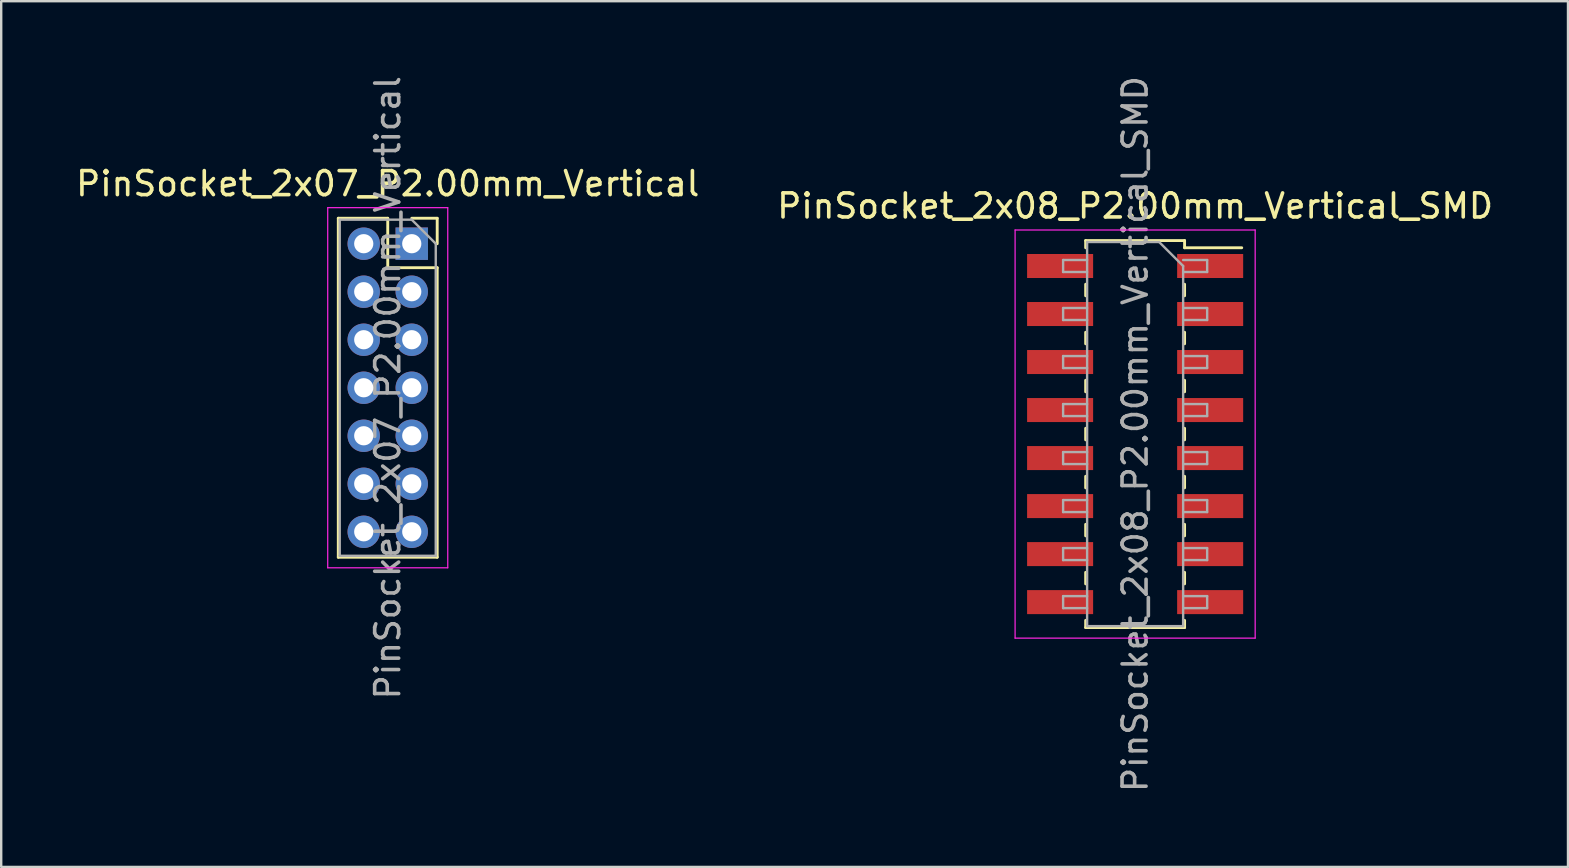
<source format=kicad_pcb>
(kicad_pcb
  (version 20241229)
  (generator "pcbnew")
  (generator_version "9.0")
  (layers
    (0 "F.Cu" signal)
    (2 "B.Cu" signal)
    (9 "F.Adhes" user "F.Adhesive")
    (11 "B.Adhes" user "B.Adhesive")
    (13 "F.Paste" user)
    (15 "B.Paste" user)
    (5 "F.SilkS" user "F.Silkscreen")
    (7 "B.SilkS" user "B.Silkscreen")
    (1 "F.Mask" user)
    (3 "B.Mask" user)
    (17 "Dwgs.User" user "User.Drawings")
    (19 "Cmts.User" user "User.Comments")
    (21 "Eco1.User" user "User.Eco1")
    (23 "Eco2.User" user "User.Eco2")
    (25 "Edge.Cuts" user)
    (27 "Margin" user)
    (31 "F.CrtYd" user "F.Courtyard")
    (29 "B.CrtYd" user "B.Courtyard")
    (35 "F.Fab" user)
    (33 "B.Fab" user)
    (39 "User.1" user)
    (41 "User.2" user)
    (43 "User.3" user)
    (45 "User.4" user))
  (footprint "PinSocket_2x07_P2.00mm_Vertical"
    (layer "F.Cu")
    (at 14.101 7.101)
    (property "Reference" "PinSocket_2x07_P2.00mm_Vertical" (at -1 -2.5 0) (layer "F.SilkS") (effects (font (size 1 1) (thickness 0.15))))
    (attr through_hole)
    (fp_line (start -3.06 -1.06) (end -3.06 13.06) (stroke (width 0.12) (type solid)) (layer "F.SilkS"))
    (fp_line (start -3.06 -1.06) (end -1 -1.06) (stroke (width 0.12) (type solid)) (layer "F.SilkS"))
    (fp_line (start -3.06 13.06) (end 1.06 13.06) (stroke (width 0.12) (type solid)) (layer "F.SilkS"))
    (fp_line (start -1 -1.06) (end -1 1) (stroke (width 0.12) (type solid)) (layer "F.SilkS"))
    (fp_line (start -1 1) (end 1.06 1) (stroke (width 0.12) (type solid)) (layer "F.SilkS"))
    (fp_line (start 0 -1.06) (end 1.06 -1.06) (stroke (width 0.12) (type solid)) (layer "F.SilkS"))
    (fp_line (start 1.06 -1.06) (end 1.06 0) (stroke (width 0.12) (type solid)) (layer "F.SilkS"))
    (fp_line (start 1.06 1) (end 1.06 13.06) (stroke (width 0.12) (type solid)) (layer "F.SilkS"))
    (fp_line (start -3.5 -1.5) (end 1.5 -1.5) (stroke (width 0.05) (type solid)) (layer "F.CrtYd"))
    (fp_line (start -3.5 13.5) (end -3.5 -1.5) (stroke (width 0.05) (type solid)) (layer "F.CrtYd"))
    (fp_line (start 1.5 -1.5) (end 1.5 13.5) (stroke (width 0.05) (type solid)) (layer "F.CrtYd"))
    (fp_line (start 1.5 13.5) (end -3.5 13.5) (stroke (width 0.05) (type solid)) (layer "F.CrtYd"))
    (fp_line (start -3 -1) (end 0 -1) (stroke (width 0.1) (type solid)) (layer "F.Fab"))
    (fp_line (start -3 13) (end -3 -1) (stroke (width 0.1) (type solid)) (layer "F.Fab"))
    (fp_line (start 0 -1) (end 1 0) (stroke (width 0.1) (type solid)) (layer "F.Fab"))
    (fp_line (start 1 0) (end 1 13) (stroke (width 0.1) (type solid)) (layer "F.Fab"))
    (fp_line (start 1 13) (end -3 13) (stroke (width 0.1) (type solid)) (layer "F.Fab"))
    (fp_text user "${REFERENCE}" (at -1 6 90) (layer "F.Fab") (effects (font (size 1 1) (thickness 0.15))))
    (pad "1" thru_hole rect (at 0 0) (size 1.35 1.35) (drill 0.8) (layers "*.Cu" "*.Mask"))
    (pad "2" thru_hole circle (at -2 0) (size 1.35 1.35) (drill 0.8) (layers "*.Cu" "*.Mask"))
    (pad "3" thru_hole circle (at 0 2) (size 1.35 1.35) (drill 0.8) (layers "*.Cu" "*.Mask"))
    (pad "4" thru_hole circle (at -2 2) (size 1.35 1.35) (drill 0.8) (layers "*.Cu" "*.Mask"))
    (pad "5" thru_hole circle (at 0 4) (size 1.35 1.35) (drill 0.8) (layers "*.Cu" "*.Mask"))
    (pad "6" thru_hole circle (at -2 4) (size 1.35 1.35) (drill 0.8) (layers "*.Cu" "*.Mask"))
    (pad "7" thru_hole circle (at 0 6) (size 1.35 1.35) (drill 0.8) (layers "*.Cu" "*.Mask"))
    (pad "8" thru_hole circle (at -2 6) (size 1.35 1.35) (drill 0.8) (layers "*.Cu" "*.Mask"))
    (pad "9" thru_hole circle (at 0 8) (size 1.35 1.35) (drill 0.8) (layers "*.Cu" "*.Mask"))
    (pad "10" thru_hole circle (at -2 8) (size 1.35 1.35) (drill 0.8) (layers "*.Cu" "*.Mask"))
    (pad "11" thru_hole circle (at 0 10) (size 1.35 1.35) (drill 0.8) (layers "*.Cu" "*.Mask"))
    (pad "12" thru_hole circle (at -2 10) (size 1.35 1.35) (drill 0.8) (layers "*.Cu" "*.Mask"))
    (pad "13" thru_hole circle (at 0 12) (size 1.35 1.35) (drill 0.8) (layers "*.Cu" "*.Mask"))
    (pad "14" thru_hole circle (at -2 12) (size 1.35 1.35) (drill 0.8) (layers "*.Cu" "*.Mask")))
  (footprint "PinSocket_2x08_P2.00mm_Vertical_SMD"
    (layer "F.Cu")
    (at 44.232 15.03)
    (property "Reference" "PinSocket_2x08_P2.00mm_Vertical_SMD" (at 0 -9.5 0) (layer "F.SilkS") (effects (font (size 1 1) (thickness 0.15))))
    (attr smd)
    (fp_line (start -2.06 -8.06) (end -2.06 -7.76) (stroke (width 0.12) (type solid)) (layer "F.SilkS"))
    (fp_line (start -2.06 -8.06) (end 2.06 -8.06) (stroke (width 0.12) (type solid)) (layer "F.SilkS"))
    (fp_line (start -2.06 -6.24) (end -2.06 -5.76) (stroke (width 0.12) (type solid)) (layer "F.SilkS"))
    (fp_line (start -2.06 -4.24) (end -2.06 -3.76) (stroke (width 0.12) (type solid)) (layer "F.SilkS"))
    (fp_line (start -2.06 -2.24) (end -2.06 -1.76) (stroke (width 0.12) (type solid)) (layer "F.SilkS"))
    (fp_line (start -2.06 -0.24) (end -2.06 0.24) (stroke (width 0.12) (type solid)) (layer "F.SilkS"))
    (fp_line (start -2.06 1.76) (end -2.06 2.24) (stroke (width 0.12) (type solid)) (layer "F.SilkS"))
    (fp_line (start -2.06 3.76) (end -2.06 4.24) (stroke (width 0.12) (type solid)) (layer "F.SilkS"))
    (fp_line (start -2.06 5.76) (end -2.06 6.24) (stroke (width 0.12) (type solid)) (layer "F.SilkS"))
    (fp_line (start -2.06 7.76) (end -2.06 8.06) (stroke (width 0.12) (type solid)) (layer "F.SilkS"))
    (fp_line (start -2.06 8.06) (end 2.06 8.06) (stroke (width 0.12) (type solid)) (layer "F.SilkS"))
    (fp_line (start 2.06 -8.06) (end 2.06 -7.76) (stroke (width 0.12) (type solid)) (layer "F.SilkS"))
    (fp_line (start 2.06 -7.76) (end 4.44 -7.76) (stroke (width 0.12) (type solid)) (layer "F.SilkS"))
    (fp_line (start 2.06 -6.24) (end 2.06 -5.76) (stroke (width 0.12) (type solid)) (layer "F.SilkS"))
    (fp_line (start 2.06 -4.24) (end 2.06 -3.76) (stroke (width 0.12) (type solid)) (layer "F.SilkS"))
    (fp_line (start 2.06 -2.24) (end 2.06 -1.76) (stroke (width 0.12) (type solid)) (layer "F.SilkS"))
    (fp_line (start 2.06 -0.24) (end 2.06 0.24) (stroke (width 0.12) (type solid)) (layer "F.SilkS"))
    (fp_line (start 2.06 1.76) (end 2.06 2.24) (stroke (width 0.12) (type solid)) (layer "F.SilkS"))
    (fp_line (start 2.06 3.76) (end 2.06 4.24) (stroke (width 0.12) (type solid)) (layer "F.SilkS"))
    (fp_line (start 2.06 5.76) (end 2.06 6.24) (stroke (width 0.12) (type solid)) (layer "F.SilkS"))
    (fp_line (start 2.06 7.76) (end 2.06 8.06) (stroke (width 0.12) (type solid)) (layer "F.SilkS"))
    (fp_line (start -5 -8.5) (end 5 -8.5) (stroke (width 0.05) (type solid)) (layer "F.CrtYd"))
    (fp_line (start -5 8.5) (end -5 -8.5) (stroke (width 0.05) (type solid)) (layer "F.CrtYd"))
    (fp_line (start 5 -8.5) (end 5 8.5) (stroke (width 0.05) (type solid)) (layer "F.CrtYd"))
    (fp_line (start 5 8.5) (end -5 8.5) (stroke (width 0.05) (type solid)) (layer "F.CrtYd"))
    (fp_line (start -3 -7.25) (end -2 -7.25) (stroke (width 0.1) (type solid)) (layer "F.Fab"))
    (fp_line (start -3 -6.75) (end -3 -7.25) (stroke (width 0.1) (type solid)) (layer "F.Fab"))
    (fp_line (start -3 -5.25) (end -2 -5.25) (stroke (width 0.1) (type solid)) (layer "F.Fab"))
    (fp_line (start -3 -4.75) (end -3 -5.25) (stroke (width 0.1) (type solid)) (layer "F.Fab"))
    (fp_line (start -3 -3.25) (end -2 -3.25) (stroke (width 0.1) (type solid)) (layer "F.Fab"))
    (fp_line (start -3 -2.75) (end -3 -3.25) (stroke (width 0.1) (type solid)) (layer "F.Fab"))
    (fp_line (start -3 -1.25) (end -2 -1.25) (stroke (width 0.1) (type solid)) (layer "F.Fab"))
    (fp_line (start -3 -0.75) (end -3 -1.25) (stroke (width 0.1) (type solid)) (layer "F.Fab"))
    (fp_line (start -3 0.75) (end -2 0.75) (stroke (width 0.1) (type solid)) (layer "F.Fab"))
    (fp_line (start -3 1.25) (end -3 0.75) (stroke (width 0.1) (type solid)) (layer "F.Fab"))
    (fp_line (start -3 2.75) (end -2 2.75) (stroke (width 0.1) (type solid)) (layer "F.Fab"))
    (fp_line (start -3 3.25) (end -3 2.75) (stroke (width 0.1) (type solid)) (layer "F.Fab"))
    (fp_line (start -3 4.75) (end -2 4.75) (stroke (width 0.1) (type solid)) (layer "F.Fab"))
    (fp_line (start -3 5.25) (end -3 4.75) (stroke (width 0.1) (type solid)) (layer "F.Fab"))
    (fp_line (start -3 6.75) (end -2 6.75) (stroke (width 0.1) (type solid)) (layer "F.Fab"))
    (fp_line (start -3 7.25) (end -3 6.75) (stroke (width 0.1) (type solid)) (layer "F.Fab"))
    (fp_line (start -2 -8) (end 1 -8) (stroke (width 0.1) (type solid)) (layer "F.Fab"))
    (fp_line (start -2 -6.75) (end -3 -6.75) (stroke (width 0.1) (type solid)) (layer "F.Fab"))
    (fp_line (start -2 -4.75) (end -3 -4.75) (stroke (width 0.1) (type solid)) (layer "F.Fab"))
    (fp_line (start -2 -2.75) (end -3 -2.75) (stroke (width 0.1) (type solid)) (layer "F.Fab"))
    (fp_line (start -2 -0.75) (end -3 -0.75) (stroke (width 0.1) (type solid)) (layer "F.Fab"))
    (fp_line (start -2 1.25) (end -3 1.25) (stroke (width 0.1) (type solid)) (layer "F.Fab"))
    (fp_line (start -2 3.25) (end -3 3.25) (stroke (width 0.1) (type solid)) (layer "F.Fab"))
    (fp_line (start -2 5.25) (end -3 5.25) (stroke (width 0.1) (type solid)) (layer "F.Fab"))
    (fp_line (start -2 7.25) (end -3 7.25) (stroke (width 0.1) (type solid)) (layer "F.Fab"))
    (fp_line (start -2 8) (end -2 -8) (stroke (width 0.1) (type solid)) (layer "F.Fab"))
    (fp_line (start 1 -8) (end 2 -7) (stroke (width 0.1) (type solid)) (layer "F.Fab"))
    (fp_line (start 2 -7.25) (end 3 -7.25) (stroke (width 0.1) (type solid)) (layer "F.Fab"))
    (fp_line (start 2 -7) (end 2 8) (stroke (width 0.1) (type solid)) (layer "F.Fab"))
    (fp_line (start 2 -5.25) (end 3 -5.25) (stroke (width 0.1) (type solid)) (layer "F.Fab"))
    (fp_line (start 2 -3.25) (end 3 -3.25) (stroke (width 0.1) (type solid)) (layer "F.Fab"))
    (fp_line (start 2 -1.25) (end 3 -1.25) (stroke (width 0.1) (type solid)) (layer "F.Fab"))
    (fp_line (start 2 0.75) (end 3 0.75) (stroke (width 0.1) (type solid)) (layer "F.Fab"))
    (fp_line (start 2 2.75) (end 3 2.75) (stroke (width 0.1) (type solid)) (layer "F.Fab"))
    (fp_line (start 2 4.75) (end 3 4.75) (stroke (width 0.1) (type solid)) (layer "F.Fab"))
    (fp_line (start 2 6.75) (end 3 6.75) (stroke (width 0.1) (type solid)) (layer "F.Fab"))
    (fp_line (start 2 8) (end -2 8) (stroke (width 0.1) (type solid)) (layer "F.Fab"))
    (fp_line (start 3 -7.25) (end 3 -6.75) (stroke (width 0.1) (type solid)) (layer "F.Fab"))
    (fp_line (start 3 -6.75) (end 2 -6.75) (stroke (width 0.1) (type solid)) (layer "F.Fab"))
    (fp_line (start 3 -5.25) (end 3 -4.75) (stroke (width 0.1) (type solid)) (layer "F.Fab"))
    (fp_line (start 3 -4.75) (end 2 -4.75) (stroke (width 0.1) (type solid)) (layer "F.Fab"))
    (fp_line (start 3 -3.25) (end 3 -2.75) (stroke (width 0.1) (type solid)) (layer "F.Fab"))
    (fp_line (start 3 -2.75) (end 2 -2.75) (stroke (width 0.1) (type solid)) (layer "F.Fab"))
    (fp_line (start 3 -1.25) (end 3 -0.75) (stroke (width 0.1) (type solid)) (layer "F.Fab"))
    (fp_line (start 3 -0.75) (end 2 -0.75) (stroke (width 0.1) (type solid)) (layer "F.Fab"))
    (fp_line (start 3 0.75) (end 3 1.25) (stroke (width 0.1) (type solid)) (layer "F.Fab"))
    (fp_line (start 3 1.25) (end 2 1.25) (stroke (width 0.1) (type solid)) (layer "F.Fab"))
    (fp_line (start 3 2.75) (end 3 3.25) (stroke (width 0.1) (type solid)) (layer "F.Fab"))
    (fp_line (start 3 3.25) (end 2 3.25) (stroke (width 0.1) (type solid)) (layer "F.Fab"))
    (fp_line (start 3 4.75) (end 3 5.25) (stroke (width 0.1) (type solid)) (layer "F.Fab"))
    (fp_line (start 3 5.25) (end 2 5.25) (stroke (width 0.1) (type solid)) (layer "F.Fab"))
    (fp_line (start 3 6.75) (end 3 7.25) (stroke (width 0.1) (type solid)) (layer "F.Fab"))
    (fp_line (start 3 7.25) (end 2 7.25) (stroke (width 0.1) (type solid)) (layer "F.Fab"))
    (fp_text user "${REFERENCE}" (at 0 0 90) (layer "F.Fab") (effects (font (size 1 1) (thickness 0.15))))
    (pad "1" smd rect (at 3.125 -7) (size 2.75 1) (layers "F.Cu" "F.Mask" "F.Paste"))
    (pad "2" smd rect (at -3.125 -7) (size 2.75 1) (layers "F.Cu" "F.Mask" "F.Paste"))
    (pad "3" smd rect (at 3.125 -5) (size 2.75 1) (layers "F.Cu" "F.Mask" "F.Paste"))
    (pad "4" smd rect (at -3.125 -5) (size 2.75 1) (layers "F.Cu" "F.Mask" "F.Paste"))
    (pad "5" smd rect (at 3.125 -3) (size 2.75 1) (layers "F.Cu" "F.Mask" "F.Paste"))
    (pad "6" smd rect (at -3.125 -3) (size 2.75 1) (layers "F.Cu" "F.Mask" "F.Paste"))
    (pad "7" smd rect (at 3.125 -1) (size 2.75 1) (layers "F.Cu" "F.Mask" "F.Paste"))
    (pad "8" smd rect (at -3.125 -1) (size 2.75 1) (layers "F.Cu" "F.Mask" "F.Paste"))
    (pad "9" smd rect (at 3.125 1) (size 2.75 1) (layers "F.Cu" "F.Mask" "F.Paste"))
    (pad "10" smd rect (at -3.125 1) (size 2.75 1) (layers "F.Cu" "F.Mask" "F.Paste"))
    (pad "11" smd rect (at 3.125 3) (size 2.75 1) (layers "F.Cu" "F.Mask" "F.Paste"))
    (pad "12" smd rect (at -3.125 3) (size 2.75 1) (layers "F.Cu" "F.Mask" "F.Paste"))
    (pad "13" smd rect (at 3.125 5) (size 2.75 1) (layers "F.Cu" "F.Mask" "F.Paste"))
    (pad "14" smd rect (at -3.125 5) (size 2.75 1) (layers "F.Cu" "F.Mask" "F.Paste"))
    (pad "15" smd rect (at 3.125 7) (size 2.75 1) (layers "F.Cu" "F.Mask" "F.Paste"))
    (pad "16" smd rect (at -3.125 7) (size 2.75 1) (layers "F.Cu" "F.Mask" "F.Paste")))
  (gr_rect
    (start -3 -3)
    (end 62.262 33.06)
    (stroke (width 0.1) (type default))
    (fill no)
    (layer "Edge.Cuts")))
</source>
